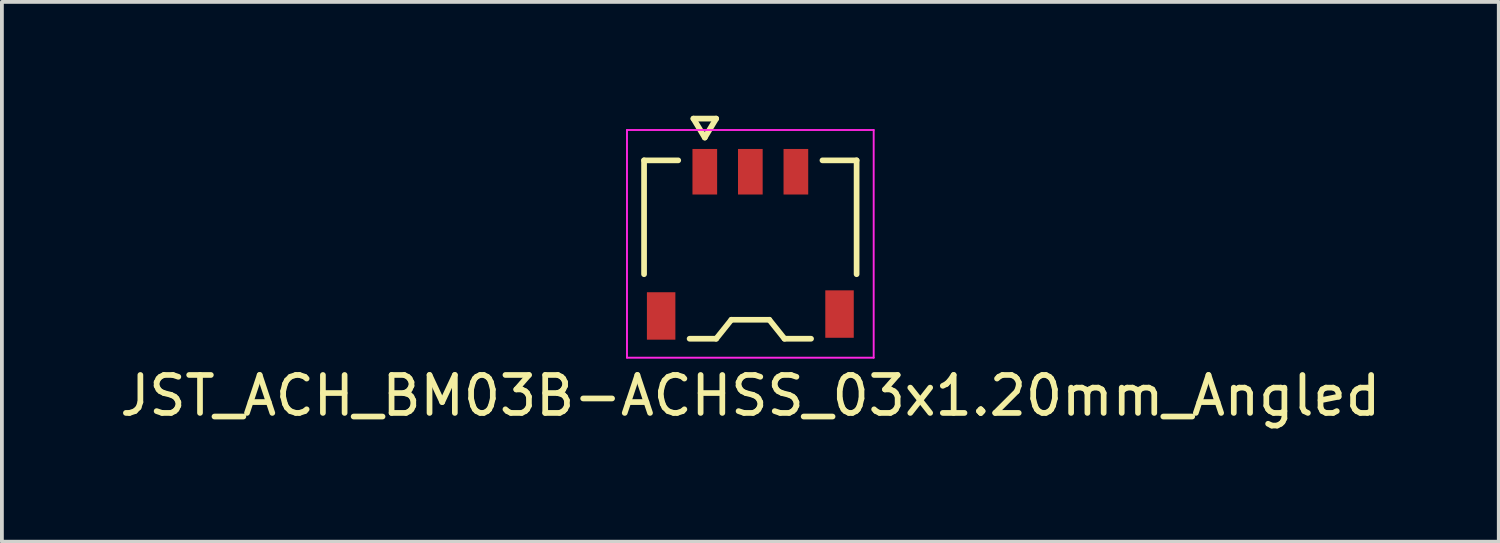
<source format=kicad_pcb>
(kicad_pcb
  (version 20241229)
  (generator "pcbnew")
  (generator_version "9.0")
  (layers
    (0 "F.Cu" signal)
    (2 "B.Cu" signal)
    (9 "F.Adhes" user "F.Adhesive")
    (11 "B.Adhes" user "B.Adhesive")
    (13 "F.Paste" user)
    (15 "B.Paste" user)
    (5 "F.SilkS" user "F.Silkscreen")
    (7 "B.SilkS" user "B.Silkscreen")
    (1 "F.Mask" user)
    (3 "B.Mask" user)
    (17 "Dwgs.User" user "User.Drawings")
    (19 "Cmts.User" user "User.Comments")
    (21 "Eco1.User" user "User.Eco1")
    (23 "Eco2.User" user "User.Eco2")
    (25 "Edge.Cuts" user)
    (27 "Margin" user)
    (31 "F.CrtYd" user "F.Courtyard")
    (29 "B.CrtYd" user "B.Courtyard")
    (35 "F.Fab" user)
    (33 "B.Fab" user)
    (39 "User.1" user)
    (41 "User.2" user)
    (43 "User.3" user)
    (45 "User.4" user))
  (footprint "JST_ACH_BM03B-ACHSS_03x1.20mm_Angled"
    (layer "F.Cu")
    (at 16.72 3.375)
    (property "Reference" "JST_ACH_BM03B-ACHSS_03x1.20mm_Angled" (at 0 4 180) (layer "F.SilkS") (effects (font (size 1 1) (thickness 0.15))))
    (attr smd)
    (fp_line (start -2.8 -2.2) (end -1.9 -2.2) (stroke (width 0.15) (type solid)) (layer "F.SilkS"))
    (fp_line (start -2.8 0.8) (end -2.8 -2.2) (stroke (width 0.15) (type solid)) (layer "F.SilkS"))
    (fp_line (start -1.6 2.5) (end -0.9 2.5) (stroke (width 0.15) (type solid)) (layer "F.SilkS"))
    (fp_line (start -1.5 -3.3) (end -1.2 -2.8) (stroke (width 0.15) (type solid)) (layer "F.SilkS"))
    (fp_line (start -1.2 -2.8) (end -0.9 -3.3) (stroke (width 0.15) (type solid)) (layer "F.SilkS"))
    (fp_line (start -0.9 -3.3) (end -1.5 -3.3) (stroke (width 0.15) (type solid)) (layer "F.SilkS"))
    (fp_line (start -0.9 2.5) (end -0.5 2) (stroke (width 0.15) (type solid)) (layer "F.SilkS"))
    (fp_line (start -0.5 2) (end 0.5 2) (stroke (width 0.15) (type solid)) (layer "F.SilkS"))
    (fp_line (start 0.5 2) (end 0.9 2.5) (stroke (width 0.15) (type solid)) (layer "F.SilkS"))
    (fp_line (start 1.6 2.5) (end 0.9 2.5) (stroke (width 0.15) (type solid)) (layer "F.SilkS"))
    (fp_line (start 2.8 -2.2) (end 1.9 -2.2) (stroke (width 0.15) (type solid)) (layer "F.SilkS"))
    (fp_line (start 2.8 0.8) (end 2.8 -2.2) (stroke (width 0.15) (type solid)) (layer "F.SilkS"))
    (fp_line (start -3.25 -3) (end 3.25 -3) (stroke (width 0.05) (type solid)) (layer "F.CrtYd"))
    (fp_line (start -3.25 3) (end -3.25 -3) (stroke (width 0.05) (type solid)) (layer "F.CrtYd"))
    (fp_line (start 3.25 -3) (end 3.25 3) (stroke (width 0.05) (type solid)) (layer "F.CrtYd"))
    (fp_line (start 3.25 3) (end -3.25 3) (stroke (width 0.05) (type solid)) (layer "F.CrtYd"))
    (pad "" smd rect (at -2.35 1.9) (size 0.75 1.25) (layers "F.Cu" "F.Mask" "F.Paste"))
    (pad "" smd rect (at 2.35 1.85) (size 0.75 1.25) (layers "F.Cu" "F.Mask" "F.Paste"))
    (pad "1" smd rect (at -1.2 -1.9) (size 0.65 1.2) (layers "F.Cu" "F.Mask" "F.Paste"))
    (pad "2" smd rect (at 0 -1.9) (size 0.65 1.2) (layers "F.Cu" "F.Mask" "F.Paste"))
    (pad "3" smd rect (at 1.2 -1.9) (size 0.65 1.2) (layers "F.Cu" "F.Mask" "F.Paste")))
  (gr_rect
    (start -3 -3)
    (end 36.44 11.223)
    (stroke (width 0.1) (type default))
    (fill no)
    (layer "Edge.Cuts")))
</source>
